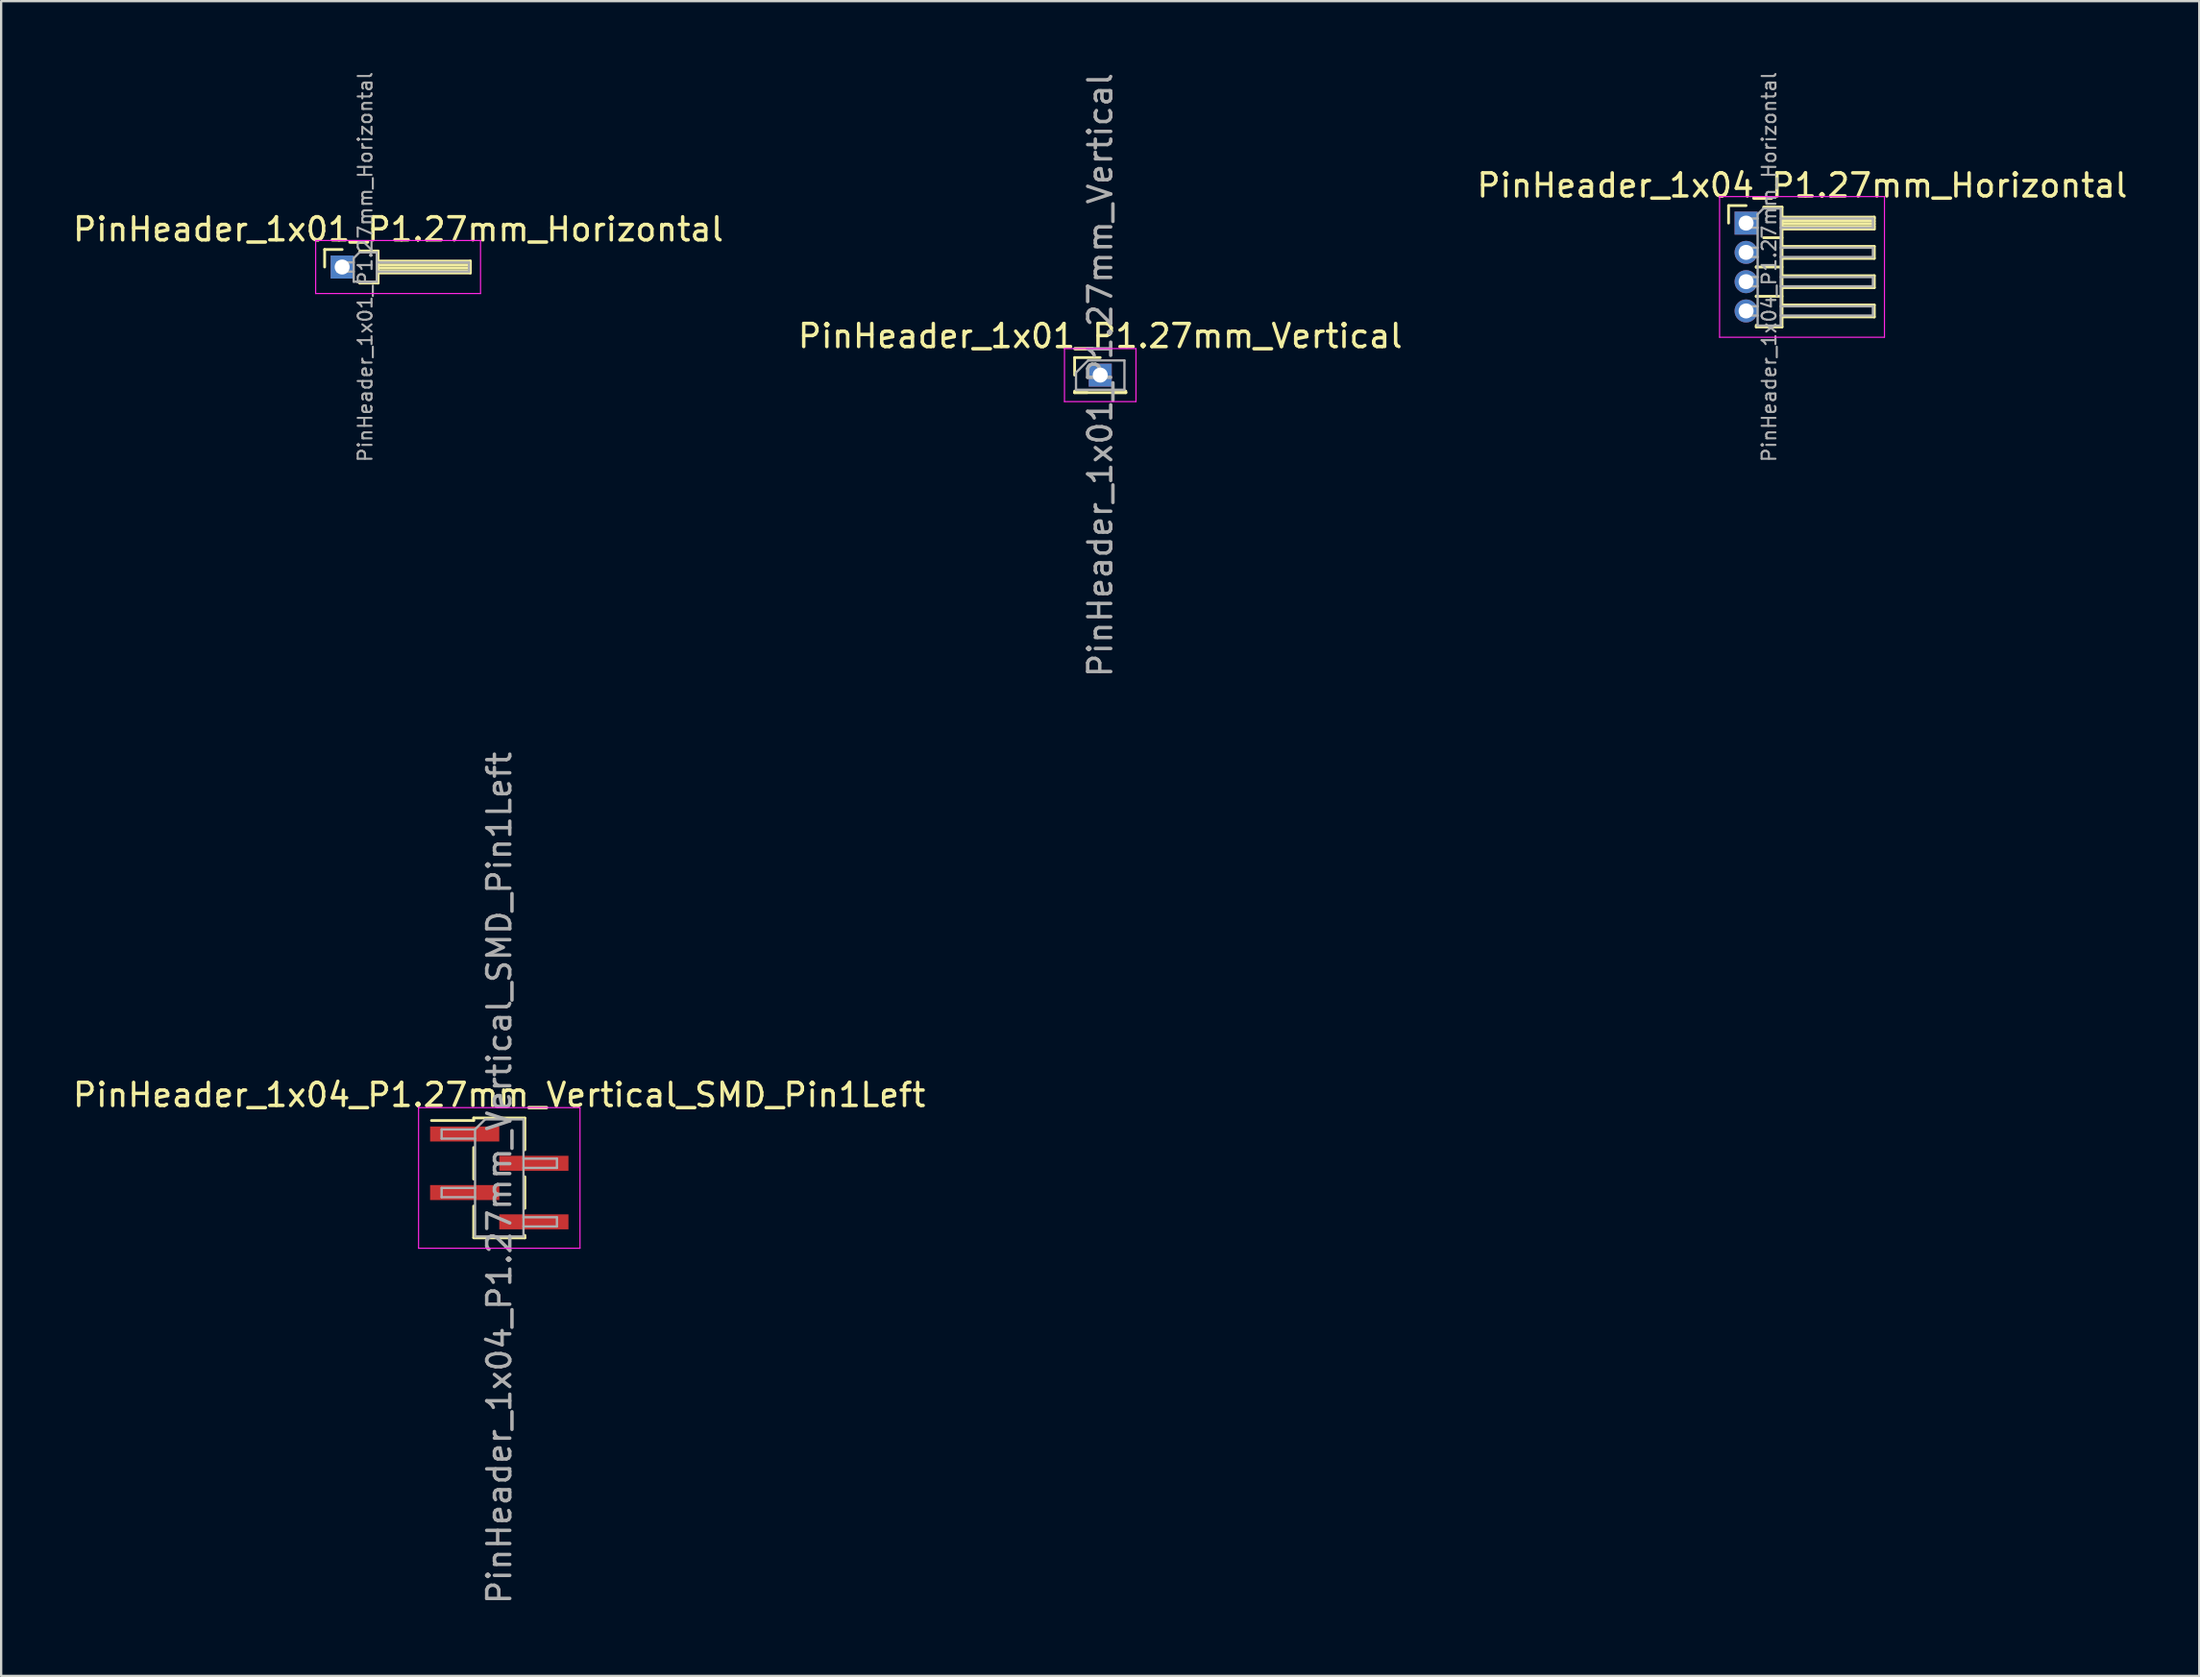
<source format=kicad_pcb>
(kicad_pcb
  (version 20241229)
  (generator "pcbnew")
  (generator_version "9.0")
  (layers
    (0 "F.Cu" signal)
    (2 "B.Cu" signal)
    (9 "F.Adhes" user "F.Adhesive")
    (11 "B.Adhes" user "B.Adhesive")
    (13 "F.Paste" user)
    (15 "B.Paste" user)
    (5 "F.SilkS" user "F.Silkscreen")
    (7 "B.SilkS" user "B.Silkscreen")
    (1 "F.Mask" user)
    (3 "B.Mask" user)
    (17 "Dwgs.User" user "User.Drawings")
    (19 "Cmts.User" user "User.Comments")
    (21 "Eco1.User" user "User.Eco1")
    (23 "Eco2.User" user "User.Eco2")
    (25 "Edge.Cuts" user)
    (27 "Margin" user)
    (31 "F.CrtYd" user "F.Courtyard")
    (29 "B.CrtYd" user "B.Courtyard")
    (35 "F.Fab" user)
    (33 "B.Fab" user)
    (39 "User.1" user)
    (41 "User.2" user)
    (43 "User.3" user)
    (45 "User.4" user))
  (footprint "PinHeader_1x04_P1.27mm_Horizontal"
    (layer "F.Cu")
    (at 72.669 6.627)
    (property "Reference" "PinHeader_1x04_P1.27mm_Horizontal" (at 2.433 -1.635 0) (layer "F.SilkS") (effects (font (size 1 1) (thickness 0.15))))
    (attr through_hole)
    (fp_line (start -0.76 -0.76) (end 0 -0.76) (stroke (width 0.12) (type solid)) (layer "F.SilkS"))
    (fp_line (start -0.76 0) (end -0.76 -0.76) (stroke (width 0.12) (type solid)) (layer "F.SilkS"))
    (fp_line (start 0.44 1.89) (end 0.44 1.92) (stroke (width 0.12) (type solid)) (layer "F.SilkS"))
    (fp_line (start 0.44 1.905) (end 1.56 1.905) (stroke (width 0.12) (type solid)) (layer "F.SilkS"))
    (fp_line (start 0.44 3.16) (end 0.44 3.19) (stroke (width 0.12) (type solid)) (layer "F.SilkS"))
    (fp_line (start 0.44 3.175) (end 1.56 3.175) (stroke (width 0.12) (type solid)) (layer "F.SilkS"))
    (fp_line (start 0.44 4.505) (end 0.44 4.43) (stroke (width 0.12) (type solid)) (layer "F.SilkS"))
    (fp_line (start 0.76 -0.695) (end 1.56 -0.695) (stroke (width 0.12) (type solid)) (layer "F.SilkS"))
    (fp_line (start 0.76 0.635) (end 1.56 0.635) (stroke (width 0.12) (type solid)) (layer "F.SilkS"))
    (fp_line (start 1.56 -0.695) (end 1.56 4.505) (stroke (width 0.12) (type solid)) (layer "F.SilkS"))
    (fp_line (start 1.56 -0.26) (end 5.56 -0.26) (stroke (width 0.12) (type solid)) (layer "F.SilkS"))
    (fp_line (start 1.56 -0.2) (end 5.56 -0.2) (stroke (width 0.12) (type solid)) (layer "F.SilkS"))
    (fp_line (start 1.56 -0.08) (end 5.56 -0.08) (stroke (width 0.12) (type solid)) (layer "F.SilkS"))
    (fp_line (start 1.56 0.04) (end 5.56 0.04) (stroke (width 0.12) (type solid)) (layer "F.SilkS"))
    (fp_line (start 1.56 0.16) (end 5.56 0.16) (stroke (width 0.12) (type solid)) (layer "F.SilkS"))
    (fp_line (start 1.56 1.01) (end 5.56 1.01) (stroke (width 0.12) (type solid)) (layer "F.SilkS"))
    (fp_line (start 1.56 2.28) (end 5.56 2.28) (stroke (width 0.12) (type solid)) (layer "F.SilkS"))
    (fp_line (start 1.56 3.55) (end 5.56 3.55) (stroke (width 0.12) (type solid)) (layer "F.SilkS"))
    (fp_line (start 1.56 4.505) (end 0.44 4.505) (stroke (width 0.12) (type solid)) (layer "F.SilkS"))
    (fp_line (start 5.56 -0.26) (end 5.56 0.26) (stroke (width 0.12) (type solid)) (layer "F.SilkS"))
    (fp_line (start 5.56 0.26) (end 1.56 0.26) (stroke (width 0.12) (type solid)) (layer "F.SilkS"))
    (fp_line (start 5.56 1.01) (end 5.56 1.53) (stroke (width 0.12) (type solid)) (layer "F.SilkS"))
    (fp_line (start 5.56 1.53) (end 1.56 1.53) (stroke (width 0.12) (type solid)) (layer "F.SilkS"))
    (fp_line (start 5.56 2.28) (end 5.56 2.8) (stroke (width 0.12) (type solid)) (layer "F.SilkS"))
    (fp_line (start 5.56 2.8) (end 1.56 2.8) (stroke (width 0.12) (type solid)) (layer "F.SilkS"))
    (fp_line (start 5.56 3.55) (end 5.56 4.07) (stroke (width 0.12) (type solid)) (layer "F.SilkS"))
    (fp_line (start 5.56 4.07) (end 1.56 4.07) (stroke (width 0.12) (type solid)) (layer "F.SilkS"))
    (fp_line (start -1.15 -1.15) (end -1.15 4.95) (stroke (width 0.05) (type solid)) (layer "F.CrtYd"))
    (fp_line (start -1.15 4.95) (end 6 4.95) (stroke (width 0.05) (type solid)) (layer "F.CrtYd"))
    (fp_line (start 6 -1.15) (end -1.15 -1.15) (stroke (width 0.05) (type solid)) (layer "F.CrtYd"))
    (fp_line (start 6 4.95) (end 6 -1.15) (stroke (width 0.05) (type solid)) (layer "F.CrtYd"))
    (fp_line (start -0.2 -0.2) (end -0.2 0.2) (stroke (width 0.1) (type solid)) (layer "F.Fab"))
    (fp_line (start -0.2 -0.2) (end 0.5 -0.2) (stroke (width 0.1) (type solid)) (layer "F.Fab"))
    (fp_line (start -0.2 0.2) (end 0.5 0.2) (stroke (width 0.1) (type solid)) (layer "F.Fab"))
    (fp_line (start -0.2 1.07) (end -0.2 1.47) (stroke (width 0.1) (type solid)) (layer "F.Fab"))
    (fp_line (start -0.2 1.07) (end 0.5 1.07) (stroke (width 0.1) (type solid)) (layer "F.Fab"))
    (fp_line (start -0.2 1.47) (end 0.5 1.47) (stroke (width 0.1) (type solid)) (layer "F.Fab"))
    (fp_line (start -0.2 2.34) (end -0.2 2.74) (stroke (width 0.1) (type solid)) (layer "F.Fab"))
    (fp_line (start -0.2 2.34) (end 0.5 2.34) (stroke (width 0.1) (type solid)) (layer "F.Fab"))
    (fp_line (start -0.2 2.74) (end 0.5 2.74) (stroke (width 0.1) (type solid)) (layer "F.Fab"))
    (fp_line (start -0.2 3.61) (end -0.2 4.01) (stroke (width 0.1) (type solid)) (layer "F.Fab"))
    (fp_line (start -0.2 3.61) (end 0.5 3.61) (stroke (width 0.1) (type solid)) (layer "F.Fab"))
    (fp_line (start -0.2 4.01) (end 0.5 4.01) (stroke (width 0.1) (type solid)) (layer "F.Fab"))
    (fp_line (start 0.5 -0.385) (end 0.75 -0.635) (stroke (width 0.1) (type solid)) (layer "F.Fab"))
    (fp_line (start 0.5 4.445) (end 0.5 -0.385) (stroke (width 0.1) (type solid)) (layer "F.Fab"))
    (fp_line (start 0.75 -0.635) (end 1.5 -0.635) (stroke (width 0.1) (type solid)) (layer "F.Fab"))
    (fp_line (start 1.5 -0.635) (end 1.5 4.445) (stroke (width 0.1) (type solid)) (layer "F.Fab"))
    (fp_line (start 1.5 -0.2) (end 5.5 -0.2) (stroke (width 0.1) (type solid)) (layer "F.Fab"))
    (fp_line (start 1.5 0.2) (end 5.5 0.2) (stroke (width 0.1) (type solid)) (layer "F.Fab"))
    (fp_line (start 1.5 1.07) (end 5.5 1.07) (stroke (width 0.1) (type solid)) (layer "F.Fab"))
    (fp_line (start 1.5 1.47) (end 5.5 1.47) (stroke (width 0.1) (type solid)) (layer "F.Fab"))
    (fp_line (start 1.5 2.34) (end 5.5 2.34) (stroke (width 0.1) (type solid)) (layer "F.Fab"))
    (fp_line (start 1.5 2.74) (end 5.5 2.74) (stroke (width 0.1) (type solid)) (layer "F.Fab"))
    (fp_line (start 1.5 3.61) (end 5.5 3.61) (stroke (width 0.1) (type solid)) (layer "F.Fab"))
    (fp_line (start 1.5 4.01) (end 5.5 4.01) (stroke (width 0.1) (type solid)) (layer "F.Fab"))
    (fp_line (start 1.5 4.445) (end 0.5 4.445) (stroke (width 0.1) (type solid)) (layer "F.Fab"))
    (fp_line (start 5.5 -0.2) (end 5.5 0.2) (stroke (width 0.1) (type solid)) (layer "F.Fab"))
    (fp_line (start 5.5 1.07) (end 5.5 1.47) (stroke (width 0.1) (type solid)) (layer "F.Fab"))
    (fp_line (start 5.5 2.34) (end 5.5 2.74) (stroke (width 0.1) (type solid)) (layer "F.Fab"))
    (fp_line (start 5.5 3.61) (end 5.5 4.01) (stroke (width 0.1) (type solid)) (layer "F.Fab"))
    (fp_text user "${REFERENCE}" (at 1 1.905 90) (layer "F.Fab") (effects (font (size 0.6 0.6) (thickness 0.09))))
    (pad "1" thru_hole rect (at 0 0) (size 1 1) (drill 0.65) (layers "*.Cu" "*.Mask"))
    (pad "2" thru_hole oval (at 0 1.27) (size 1 1) (drill 0.65) (layers "*.Cu" "*.Mask"))
    (pad "3" thru_hole oval (at 0 2.54) (size 1 1) (drill 0.65) (layers "*.Cu" "*.Mask"))
    (pad "4" thru_hole oval (at 0 3.81) (size 1 1) (drill 0.65) (layers "*.Cu" "*.Mask")))
  (footprint "PinHeader_1x01_P1.27mm_Vertical"
    (layer "F.Cu")
    (at 44.661 13.22)
    (property "Reference" "PinHeader_1x01_P1.27mm_Vertical" (at 0 -1.695 0) (layer "F.SilkS") (effects (font (size 1 1) (thickness 0.15))))
    (attr through_hole)
    (fp_line (start -1.11 -0.76) (end 0 -0.76) (stroke (width 0.12) (type solid)) (layer "F.SilkS"))
    (fp_line (start -1.11 0) (end -1.11 -0.76) (stroke (width 0.12) (type solid)) (layer "F.SilkS"))
    (fp_line (start -1.11 0.76) (end -1.11 0.695) (stroke (width 0.12) (type solid)) (layer "F.SilkS"))
    (fp_line (start -1.11 0.76) (end -0.563 0.76) (stroke (width 0.12) (type solid)) (layer "F.SilkS"))
    (fp_line (start -1.11 0.76) (end 1.11 0.76) (stroke (width 0.12) (type solid)) (layer "F.SilkS"))
    (fp_line (start 0.563 0.76) (end 1.11 0.76) (stroke (width 0.12) (type solid)) (layer "F.SilkS"))
    (fp_line (start 1.11 0.76) (end 1.11 0.695) (stroke (width 0.12) (type solid)) (layer "F.SilkS"))
    (fp_line (start -1.55 -1.15) (end -1.55 1.15) (stroke (width 0.05) (type solid)) (layer "F.CrtYd"))
    (fp_line (start -1.55 1.15) (end 1.55 1.15) (stroke (width 0.05) (type solid)) (layer "F.CrtYd"))
    (fp_line (start 1.55 -1.15) (end -1.55 -1.15) (stroke (width 0.05) (type solid)) (layer "F.CrtYd"))
    (fp_line (start 1.55 1.15) (end 1.55 -1.15) (stroke (width 0.05) (type solid)) (layer "F.CrtYd"))
    (fp_line (start -1.05 -0.11) (end -0.525 -0.635) (stroke (width 0.1) (type solid)) (layer "F.Fab"))
    (fp_line (start -1.05 0.635) (end -1.05 -0.11) (stroke (width 0.1) (type solid)) (layer "F.Fab"))
    (fp_line (start -0.525 -0.635) (end 1.05 -0.635) (stroke (width 0.1) (type solid)) (layer "F.Fab"))
    (fp_line (start 1.05 -0.635) (end 1.05 0.635) (stroke (width 0.1) (type solid)) (layer "F.Fab"))
    (fp_line (start 1.05 0.635) (end -1.05 0.635) (stroke (width 0.1) (type solid)) (layer "F.Fab"))
    (fp_text user "${REFERENCE}" (at 0 0 90) (layer "F.Fab") (effects (font (size 1 1) (thickness 0.15))))
    (pad "1" thru_hole rect (at 0 0) (size 1 1) (drill 0.65) (layers "*.Cu" "*.Mask")))
  (footprint "PinHeader_1x04_P1.27mm_Vertical_SMD_Pin1Left"
    (layer "F.Cu")
    (at 18.601 48.042)
    (property "Reference" "PinHeader_1x04_P1.27mm_Vertical_SMD_Pin1Left" (at 0 -3.6 0) (layer "F.SilkS") (effects (font (size 1 1) (thickness 0.15))))
    (attr smd)
    (fp_line (start -1.11 -2.6) (end -1.11 -2.49) (stroke (width 0.12) (type solid)) (layer "F.SilkS"))
    (fp_line (start -1.11 -2.6) (end 1.11 -2.6) (stroke (width 0.12) (type solid)) (layer "F.SilkS"))
    (fp_line (start -1.11 -2.49) (end -2.94 -2.49) (stroke (width 0.12) (type solid)) (layer "F.SilkS"))
    (fp_line (start -1.11 -1.32) (end -1.11 0.05) (stroke (width 0.12) (type solid)) (layer "F.SilkS"))
    (fp_line (start -1.11 1.22) (end -1.11 2.59) (stroke (width 0.12) (type solid)) (layer "F.SilkS"))
    (fp_line (start -1.11 2.6) (end 1.11 2.6) (stroke (width 0.12) (type solid)) (layer "F.SilkS"))
    (fp_line (start 1.11 -2.59) (end 1.11 -1.22) (stroke (width 0.12) (type solid)) (layer "F.SilkS"))
    (fp_line (start 1.11 -0.05) (end 1.11 1.32) (stroke (width 0.12) (type solid)) (layer "F.SilkS"))
    (fp_line (start 1.11 2.49) (end 1.11 2.6) (stroke (width 0.12) (type solid)) (layer "F.SilkS"))
    (fp_line (start -3.5 -3.05) (end -3.5 3.05) (stroke (width 0.05) (type solid)) (layer "F.CrtYd"))
    (fp_line (start -3.5 3.05) (end 3.5 3.05) (stroke (width 0.05) (type solid)) (layer "F.CrtYd"))
    (fp_line (start 3.5 -3.05) (end -3.5 -3.05) (stroke (width 0.05) (type solid)) (layer "F.CrtYd"))
    (fp_line (start 3.5 3.05) (end 3.5 -3.05) (stroke (width 0.05) (type solid)) (layer "F.CrtYd"))
    (fp_line (start -2.5 -2.105) (end -2.5 -1.705) (stroke (width 0.1) (type solid)) (layer "F.Fab"))
    (fp_line (start -2.5 -1.705) (end -1.05 -1.705) (stroke (width 0.1) (type solid)) (layer "F.Fab"))
    (fp_line (start -2.5 0.435) (end -2.5 0.835) (stroke (width 0.1) (type solid)) (layer "F.Fab"))
    (fp_line (start -2.5 0.835) (end -1.05 0.835) (stroke (width 0.1) (type solid)) (layer "F.Fab"))
    (fp_line (start -1.05 -2.105) (end -2.5 -2.105) (stroke (width 0.1) (type solid)) (layer "F.Fab"))
    (fp_line (start -1.05 -2.105) (end -0.615 -2.54) (stroke (width 0.1) (type solid)) (layer "F.Fab"))
    (fp_line (start -1.05 0.435) (end -2.5 0.435) (stroke (width 0.1) (type solid)) (layer "F.Fab"))
    (fp_line (start -1.05 2.54) (end -1.05 -2.105) (stroke (width 0.1) (type solid)) (layer "F.Fab"))
    (fp_line (start -0.615 -2.54) (end 1.05 -2.54) (stroke (width 0.1) (type solid)) (layer "F.Fab"))
    (fp_line (start 1.05 -2.54) (end 1.05 2.54) (stroke (width 0.1) (type solid)) (layer "F.Fab"))
    (fp_line (start 1.05 -0.835) (end 2.5 -0.835) (stroke (width 0.1) (type solid)) (layer "F.Fab"))
    (fp_line (start 1.05 1.705) (end 2.5 1.705) (stroke (width 0.1) (type solid)) (layer "F.Fab"))
    (fp_line (start 1.05 2.54) (end -1.05 2.54) (stroke (width 0.1) (type solid)) (layer "F.Fab"))
    (fp_line (start 2.5 -0.835) (end 2.5 -0.435) (stroke (width 0.1) (type solid)) (layer "F.Fab"))
    (fp_line (start 2.5 -0.435) (end 1.05 -0.435) (stroke (width 0.1) (type solid)) (layer "F.Fab"))
    (fp_line (start 2.5 1.705) (end 2.5 2.105) (stroke (width 0.1) (type solid)) (layer "F.Fab"))
    (fp_line (start 2.5 2.105) (end 1.05 2.105) (stroke (width 0.1) (type solid)) (layer "F.Fab"))
    (fp_text user "${REFERENCE}" (at 0 0 90) (layer "F.Fab") (effects (font (size 1 1) (thickness 0.15))))
    (pad "1" smd rect (at -1.5 -1.905) (size 3 0.65) (layers "F.Cu" "F.Mask" "F.Paste"))
    (pad "2" smd rect (at 1.5 -0.635) (size 3 0.65) (layers "F.Cu" "F.Mask" "F.Paste"))
    (pad "3" smd rect (at -1.5 0.635) (size 3 0.65) (layers "F.Cu" "F.Mask" "F.Paste"))
    (pad "4" smd rect (at 1.5 1.905) (size 3 0.65) (layers "F.Cu" "F.Mask" "F.Paste")))
  (footprint "PinHeader_1x01_P1.27mm_Horizontal"
    (layer "F.Cu")
    (at 11.788 8.532)
    (property "Reference" "PinHeader_1x01_P1.27mm_Horizontal" (at 2.433 -1.635 0) (layer "F.SilkS") (effects (font (size 1 1) (thickness 0.15))))
    (attr through_hole)
    (fp_line (start -0.76 -0.76) (end 0 -0.76) (stroke (width 0.12) (type solid)) (layer "F.SilkS"))
    (fp_line (start -0.76 0) (end -0.76 -0.76) (stroke (width 0.12) (type solid)) (layer "F.SilkS"))
    (fp_line (start 0.76 -0.695) (end 1.56 -0.695) (stroke (width 0.12) (type solid)) (layer "F.SilkS"))
    (fp_line (start 0.76 0.695) (end 0.76 0.62) (stroke (width 0.12) (type solid)) (layer "F.SilkS"))
    (fp_line (start 1.56 -0.695) (end 1.56 0.695) (stroke (width 0.12) (type solid)) (layer "F.SilkS"))
    (fp_line (start 1.56 -0.26) (end 5.56 -0.26) (stroke (width 0.12) (type solid)) (layer "F.SilkS"))
    (fp_line (start 1.56 -0.2) (end 5.56 -0.2) (stroke (width 0.12) (type solid)) (layer "F.SilkS"))
    (fp_line (start 1.56 -0.08) (end 5.56 -0.08) (stroke (width 0.12) (type solid)) (layer "F.SilkS"))
    (fp_line (start 1.56 0.04) (end 5.56 0.04) (stroke (width 0.12) (type solid)) (layer "F.SilkS"))
    (fp_line (start 1.56 0.16) (end 5.56 0.16) (stroke (width 0.12) (type solid)) (layer "F.SilkS"))
    (fp_line (start 1.56 0.695) (end 0.76 0.695) (stroke (width 0.12) (type solid)) (layer "F.SilkS"))
    (fp_line (start 5.56 -0.26) (end 5.56 0.26) (stroke (width 0.12) (type solid)) (layer "F.SilkS"))
    (fp_line (start 5.56 0.26) (end 1.56 0.26) (stroke (width 0.12) (type solid)) (layer "F.SilkS"))
    (fp_line (start -1.15 -1.15) (end -1.15 1.15) (stroke (width 0.05) (type solid)) (layer "F.CrtYd"))
    (fp_line (start -1.15 1.15) (end 6 1.15) (stroke (width 0.05) (type solid)) (layer "F.CrtYd"))
    (fp_line (start 6 -1.15) (end -1.15 -1.15) (stroke (width 0.05) (type solid)) (layer "F.CrtYd"))
    (fp_line (start 6 1.15) (end 6 -1.15) (stroke (width 0.05) (type solid)) (layer "F.CrtYd"))
    (fp_line (start -0.2 -0.2) (end -0.2 0.2) (stroke (width 0.1) (type solid)) (layer "F.Fab"))
    (fp_line (start -0.2 -0.2) (end 0.5 -0.2) (stroke (width 0.1) (type solid)) (layer "F.Fab"))
    (fp_line (start -0.2 0.2) (end 0.5 0.2) (stroke (width 0.1) (type solid)) (layer "F.Fab"))
    (fp_line (start 0.5 -0.385) (end 0.75 -0.635) (stroke (width 0.1) (type solid)) (layer "F.Fab"))
    (fp_line (start 0.5 0.635) (end 0.5 -0.385) (stroke (width 0.1) (type solid)) (layer "F.Fab"))
    (fp_line (start 0.75 -0.635) (end 1.5 -0.635) (stroke (width 0.1) (type solid)) (layer "F.Fab"))
    (fp_line (start 1.5 -0.635) (end 1.5 0.635) (stroke (width 0.1) (type solid)) (layer "F.Fab"))
    (fp_line (start 1.5 -0.2) (end 5.5 -0.2) (stroke (width 0.1) (type solid)) (layer "F.Fab"))
    (fp_line (start 1.5 0.2) (end 5.5 0.2) (stroke (width 0.1) (type solid)) (layer "F.Fab"))
    (fp_line (start 1.5 0.635) (end 0.5 0.635) (stroke (width 0.1) (type solid)) (layer "F.Fab"))
    (fp_line (start 5.5 -0.2) (end 5.5 0.2) (stroke (width 0.1) (type solid)) (layer "F.Fab"))
    (fp_text user "${REFERENCE}" (at 1 0 90) (layer "F.Fab") (effects (font (size 0.6 0.6) (thickness 0.09))))
    (pad "1" thru_hole rect (at 0 0) (size 1 1) (drill 0.65) (layers "*.Cu" "*.Mask")))
  (gr_rect
    (start -3 -3)
    (end 92.321 69.643)
    (stroke (width 0.1) (type default))
    (fill no)
    (layer "Edge.Cuts")))
</source>
